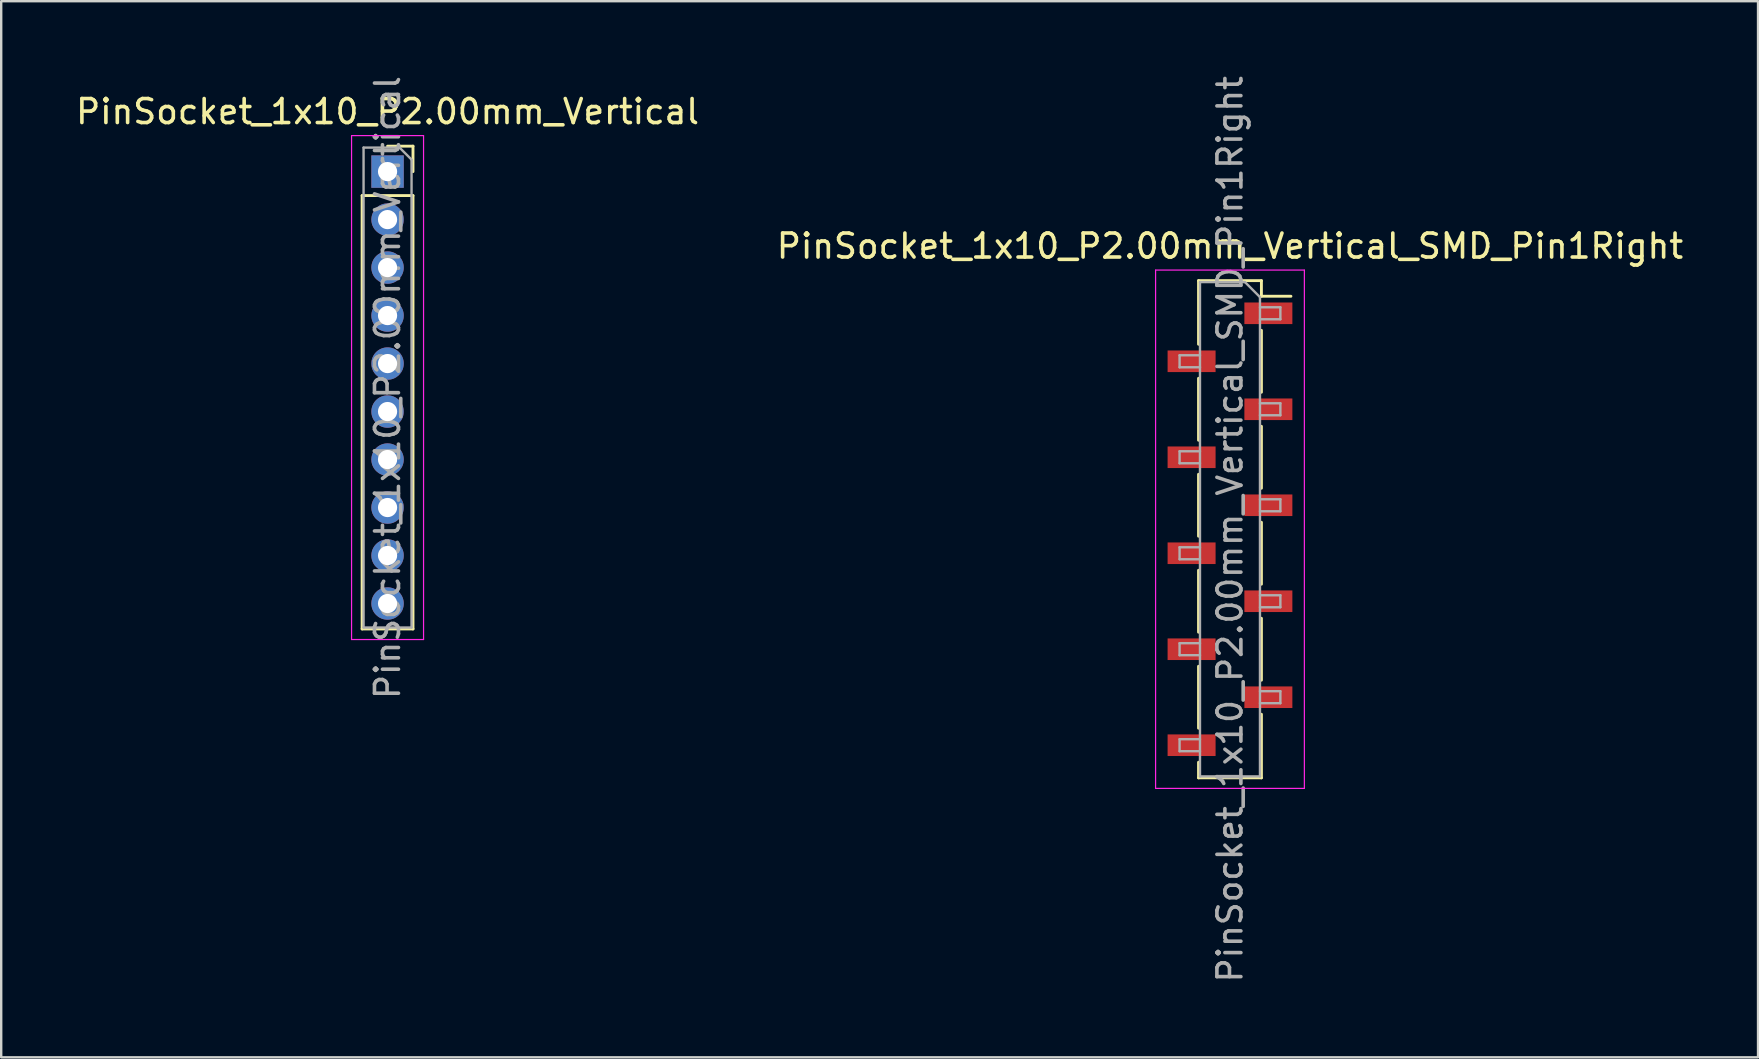
<source format=kicad_pcb>
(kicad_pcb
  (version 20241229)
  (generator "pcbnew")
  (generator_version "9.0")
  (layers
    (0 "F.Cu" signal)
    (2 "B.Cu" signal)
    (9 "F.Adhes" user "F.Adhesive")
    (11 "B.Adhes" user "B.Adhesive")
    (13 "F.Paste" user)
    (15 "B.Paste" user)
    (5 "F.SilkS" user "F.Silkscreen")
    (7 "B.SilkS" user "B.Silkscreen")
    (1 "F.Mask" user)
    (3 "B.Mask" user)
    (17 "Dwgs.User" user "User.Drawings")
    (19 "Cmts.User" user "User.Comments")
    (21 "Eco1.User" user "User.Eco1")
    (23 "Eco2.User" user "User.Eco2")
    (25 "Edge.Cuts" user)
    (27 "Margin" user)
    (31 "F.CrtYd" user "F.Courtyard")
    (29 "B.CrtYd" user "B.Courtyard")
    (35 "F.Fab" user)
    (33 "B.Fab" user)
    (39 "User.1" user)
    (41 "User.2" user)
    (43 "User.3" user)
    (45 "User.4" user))
  (footprint "PinSocket_1x10_P2.00mm_Vertical"
    (layer "F.Cu")
    (at 13.101 4.101)
    (property "Reference" "PinSocket_1x10_P2.00mm_Vertical" (at 0 -2.5 0) (layer "F.SilkS") (effects (font (size 1 1) (thickness 0.15))))
    (attr through_hole)
    (fp_line (start -1.06 1) (end -1.06 19.06) (stroke (width 0.12) (type solid)) (layer "F.SilkS"))
    (fp_line (start -1.06 1) (end 1.06 1) (stroke (width 0.12) (type solid)) (layer "F.SilkS"))
    (fp_line (start -1.06 19.06) (end 1.06 19.06) (stroke (width 0.12) (type solid)) (layer "F.SilkS"))
    (fp_line (start 0 -1.06) (end 1.06 -1.06) (stroke (width 0.12) (type solid)) (layer "F.SilkS"))
    (fp_line (start 1.06 -1.06) (end 1.06 0) (stroke (width 0.12) (type solid)) (layer "F.SilkS"))
    (fp_line (start 1.06 1) (end 1.06 19.06) (stroke (width 0.12) (type solid)) (layer "F.SilkS"))
    (fp_line (start -1.5 -1.5) (end 1.5 -1.5) (stroke (width 0.05) (type solid)) (layer "F.CrtYd"))
    (fp_line (start -1.5 19.5) (end -1.5 -1.5) (stroke (width 0.05) (type solid)) (layer "F.CrtYd"))
    (fp_line (start 1.5 -1.5) (end 1.5 19.5) (stroke (width 0.05) (type solid)) (layer "F.CrtYd"))
    (fp_line (start 1.5 19.5) (end -1.5 19.5) (stroke (width 0.05) (type solid)) (layer "F.CrtYd"))
    (fp_line (start -1 -1) (end 0.5 -1) (stroke (width 0.1) (type solid)) (layer "F.Fab"))
    (fp_line (start -1 19) (end -1 -1) (stroke (width 0.1) (type solid)) (layer "F.Fab"))
    (fp_line (start 0.5 -1) (end 1 -0.5) (stroke (width 0.1) (type solid)) (layer "F.Fab"))
    (fp_line (start 1 -0.5) (end 1 19) (stroke (width 0.1) (type solid)) (layer "F.Fab"))
    (fp_line (start 1 19) (end -1 19) (stroke (width 0.1) (type solid)) (layer "F.Fab"))
    (fp_text user "${REFERENCE}" (at 0 9 90) (layer "F.Fab") (effects (font (size 1 1) (thickness 0.15))))
    (pad "1" thru_hole rect (at 0 0) (size 1.35 1.35) (drill 0.8) (layers "*.Cu" "*.Mask"))
    (pad "2" thru_hole oval (at 0 2) (size 1.35 1.35) (drill 0.8) (layers "*.Cu" "*.Mask"))
    (pad "3" thru_hole oval (at 0 4) (size 1.35 1.35) (drill 0.8) (layers "*.Cu" "*.Mask"))
    (pad "4" thru_hole oval (at 0 6) (size 1.35 1.35) (drill 0.8) (layers "*.Cu" "*.Mask"))
    (pad "5" thru_hole oval (at 0 8) (size 1.35 1.35) (drill 0.8) (layers "*.Cu" "*.Mask"))
    (pad "6" thru_hole oval (at 0 10) (size 1.35 1.35) (drill 0.8) (layers "*.Cu" "*.Mask"))
    (pad "7" thru_hole oval (at 0 12) (size 1.35 1.35) (drill 0.8) (layers "*.Cu" "*.Mask"))
    (pad "8" thru_hole oval (at 0 14) (size 1.35 1.35) (drill 0.8) (layers "*.Cu" "*.Mask"))
    (pad "9" thru_hole oval (at 0 16) (size 1.35 1.35) (drill 0.8) (layers "*.Cu" "*.Mask"))
    (pad "10" thru_hole oval (at 0 18) (size 1.35 1.35) (drill 0.8) (layers "*.Cu" "*.Mask")))
  (footprint "PinSocket_1x10_P2.00mm_Vertical_SMD_Pin1Right"
    (layer "F.Cu")
    (at 48.208 19.006)
    (property "Reference" "PinSocket_1x10_P2.00mm_Vertical_SMD_Pin1Right" (at 0 -11.8 0) (layer "F.SilkS") (effects (font (size 1 1) (thickness 0.15))))
    (attr smd)
    (fp_line (start -1.31 -10.36) (end -1.31 -7.71) (stroke (width 0.12) (type solid)) (layer "F.SilkS"))
    (fp_line (start -1.31 -10.36) (end 1.31 -10.36) (stroke (width 0.12) (type solid)) (layer "F.SilkS"))
    (fp_line (start -1.31 -6.29) (end -1.31 -3.71) (stroke (width 0.12) (type solid)) (layer "F.SilkS"))
    (fp_line (start -1.31 -2.29) (end -1.31 0.29) (stroke (width 0.12) (type solid)) (layer "F.SilkS"))
    (fp_line (start -1.31 1.71) (end -1.31 4.29) (stroke (width 0.12) (type solid)) (layer "F.SilkS"))
    (fp_line (start -1.31 5.71) (end -1.31 8.29) (stroke (width 0.12) (type solid)) (layer "F.SilkS"))
    (fp_line (start -1.31 9.71) (end -1.31 10.36) (stroke (width 0.12) (type solid)) (layer "F.SilkS"))
    (fp_line (start -1.31 10.36) (end 1.31 10.36) (stroke (width 0.12) (type solid)) (layer "F.SilkS"))
    (fp_line (start 1.31 -10.36) (end 1.31 -9.71) (stroke (width 0.12) (type solid)) (layer "F.SilkS"))
    (fp_line (start 1.31 -9.71) (end 2.54 -9.71) (stroke (width 0.12) (type solid)) (layer "F.SilkS"))
    (fp_line (start 1.31 -8.29) (end 1.31 -5.71) (stroke (width 0.12) (type solid)) (layer "F.SilkS"))
    (fp_line (start 1.31 -4.29) (end 1.31 -1.71) (stroke (width 0.12) (type solid)) (layer "F.SilkS"))
    (fp_line (start 1.31 -0.29) (end 1.31 2.29) (stroke (width 0.12) (type solid)) (layer "F.SilkS"))
    (fp_line (start 1.31 3.71) (end 1.31 6.29) (stroke (width 0.12) (type solid)) (layer "F.SilkS"))
    (fp_line (start 1.31 7.71) (end 1.31 10.36) (stroke (width 0.12) (type solid)) (layer "F.SilkS"))
    (fp_line (start -3.1 -10.8) (end 3.1 -10.8) (stroke (width 0.05) (type solid)) (layer "F.CrtYd"))
    (fp_line (start -3.1 10.8) (end -3.1 -10.8) (stroke (width 0.05) (type solid)) (layer "F.CrtYd"))
    (fp_line (start 3.1 -10.8) (end 3.1 10.8) (stroke (width 0.05) (type solid)) (layer "F.CrtYd"))
    (fp_line (start 3.1 10.8) (end -3.1 10.8) (stroke (width 0.05) (type solid)) (layer "F.CrtYd"))
    (fp_line (start -2.1 -7.25) (end -1.25 -7.25) (stroke (width 0.1) (type solid)) (layer "F.Fab"))
    (fp_line (start -2.1 -6.75) (end -2.1 -7.25) (stroke (width 0.1) (type solid)) (layer "F.Fab"))
    (fp_line (start -2.1 -3.25) (end -1.25 -3.25) (stroke (width 0.1) (type solid)) (layer "F.Fab"))
    (fp_line (start -2.1 -2.75) (end -2.1 -3.25) (stroke (width 0.1) (type solid)) (layer "F.Fab"))
    (fp_line (start -2.1 0.75) (end -1.25 0.75) (stroke (width 0.1) (type solid)) (layer "F.Fab"))
    (fp_line (start -2.1 1.25) (end -2.1 0.75) (stroke (width 0.1) (type solid)) (layer "F.Fab"))
    (fp_line (start -2.1 4.75) (end -1.25 4.75) (stroke (width 0.1) (type solid)) (layer "F.Fab"))
    (fp_line (start -2.1 5.25) (end -2.1 4.75) (stroke (width 0.1) (type solid)) (layer "F.Fab"))
    (fp_line (start -2.1 8.75) (end -1.25 8.75) (stroke (width 0.1) (type solid)) (layer "F.Fab"))
    (fp_line (start -2.1 9.25) (end -2.1 8.75) (stroke (width 0.1) (type solid)) (layer "F.Fab"))
    (fp_line (start -1.25 -10.3) (end 0.625 -10.3) (stroke (width 0.1) (type solid)) (layer "F.Fab"))
    (fp_line (start -1.25 -6.75) (end -2.1 -6.75) (stroke (width 0.1) (type solid)) (layer "F.Fab"))
    (fp_line (start -1.25 -2.75) (end -2.1 -2.75) (stroke (width 0.1) (type solid)) (layer "F.Fab"))
    (fp_line (start -1.25 1.25) (end -2.1 1.25) (stroke (width 0.1) (type solid)) (layer "F.Fab"))
    (fp_line (start -1.25 5.25) (end -2.1 5.25) (stroke (width 0.1) (type solid)) (layer "F.Fab"))
    (fp_line (start -1.25 9.25) (end -2.1 9.25) (stroke (width 0.1) (type solid)) (layer "F.Fab"))
    (fp_line (start -1.25 10.3) (end -1.25 -10.3) (stroke (width 0.1) (type solid)) (layer "F.Fab"))
    (fp_line (start 0.625 -10.3) (end 1.25 -9.675) (stroke (width 0.1) (type solid)) (layer "F.Fab"))
    (fp_line (start 1.25 -9.675) (end 1.25 10.3) (stroke (width 0.1) (type solid)) (layer "F.Fab"))
    (fp_line (start 1.25 -9.25) (end 2.1 -9.25) (stroke (width 0.1) (type solid)) (layer "F.Fab"))
    (fp_line (start 1.25 -5.25) (end 2.1 -5.25) (stroke (width 0.1) (type solid)) (layer "F.Fab"))
    (fp_line (start 1.25 -1.25) (end 2.1 -1.25) (stroke (width 0.1) (type solid)) (layer "F.Fab"))
    (fp_line (start 1.25 2.75) (end 2.1 2.75) (stroke (width 0.1) (type solid)) (layer "F.Fab"))
    (fp_line (start 1.25 6.75) (end 2.1 6.75) (stroke (width 0.1) (type solid)) (layer "F.Fab"))
    (fp_line (start 1.25 10.3) (end -1.25 10.3) (stroke (width 0.1) (type solid)) (layer "F.Fab"))
    (fp_line (start 2.1 -9.25) (end 2.1 -8.75) (stroke (width 0.1) (type solid)) (layer "F.Fab"))
    (fp_line (start 2.1 -8.75) (end 1.25 -8.75) (stroke (width 0.1) (type solid)) (layer "F.Fab"))
    (fp_line (start 2.1 -5.25) (end 2.1 -4.75) (stroke (width 0.1) (type solid)) (layer "F.Fab"))
    (fp_line (start 2.1 -4.75) (end 1.25 -4.75) (stroke (width 0.1) (type solid)) (layer "F.Fab"))
    (fp_line (start 2.1 -1.25) (end 2.1 -0.75) (stroke (width 0.1) (type solid)) (layer "F.Fab"))
    (fp_line (start 2.1 -0.75) (end 1.25 -0.75) (stroke (width 0.1) (type solid)) (layer "F.Fab"))
    (fp_line (start 2.1 2.75) (end 2.1 3.25) (stroke (width 0.1) (type solid)) (layer "F.Fab"))
    (fp_line (start 2.1 3.25) (end 1.25 3.25) (stroke (width 0.1) (type solid)) (layer "F.Fab"))
    (fp_line (start 2.1 6.75) (end 2.1 7.25) (stroke (width 0.1) (type solid)) (layer "F.Fab"))
    (fp_line (start 2.1 7.25) (end 1.25 7.25) (stroke (width 0.1) (type solid)) (layer "F.Fab"))
    (fp_text user "${REFERENCE}" (at 0 0 90) (layer "F.Fab") (effects (font (size 1 1) (thickness 0.15))))
    (pad "1" smd rect (at 1.6 -9) (size 2 0.9) (layers "F.Cu" "F.Mask" "F.Paste"))
    (pad "2" smd rect (at -1.6 -7) (size 2 0.9) (layers "F.Cu" "F.Mask" "F.Paste"))
    (pad "3" smd rect (at 1.6 -5) (size 2 0.9) (layers "F.Cu" "F.Mask" "F.Paste"))
    (pad "4" smd rect (at -1.6 -3) (size 2 0.9) (layers "F.Cu" "F.Mask" "F.Paste"))
    (pad "5" smd rect (at 1.6 -1) (size 2 0.9) (layers "F.Cu" "F.Mask" "F.Paste"))
    (pad "6" smd rect (at -1.6 1) (size 2 0.9) (layers "F.Cu" "F.Mask" "F.Paste"))
    (pad "7" smd rect (at 1.6 3) (size 2 0.9) (layers "F.Cu" "F.Mask" "F.Paste"))
    (pad "8" smd rect (at -1.6 5) (size 2 0.9) (layers "F.Cu" "F.Mask" "F.Paste"))
    (pad "9" smd rect (at 1.6 7) (size 2 0.9) (layers "F.Cu" "F.Mask" "F.Paste"))
    (pad "10" smd rect (at -1.6 9) (size 2 0.9) (layers "F.Cu" "F.Mask" "F.Paste")))
  (gr_rect
    (start -3 -3)
    (end 70.214 41.012)
    (stroke (width 0.1) (type default))
    (fill no)
    (layer "Edge.Cuts")))
</source>
